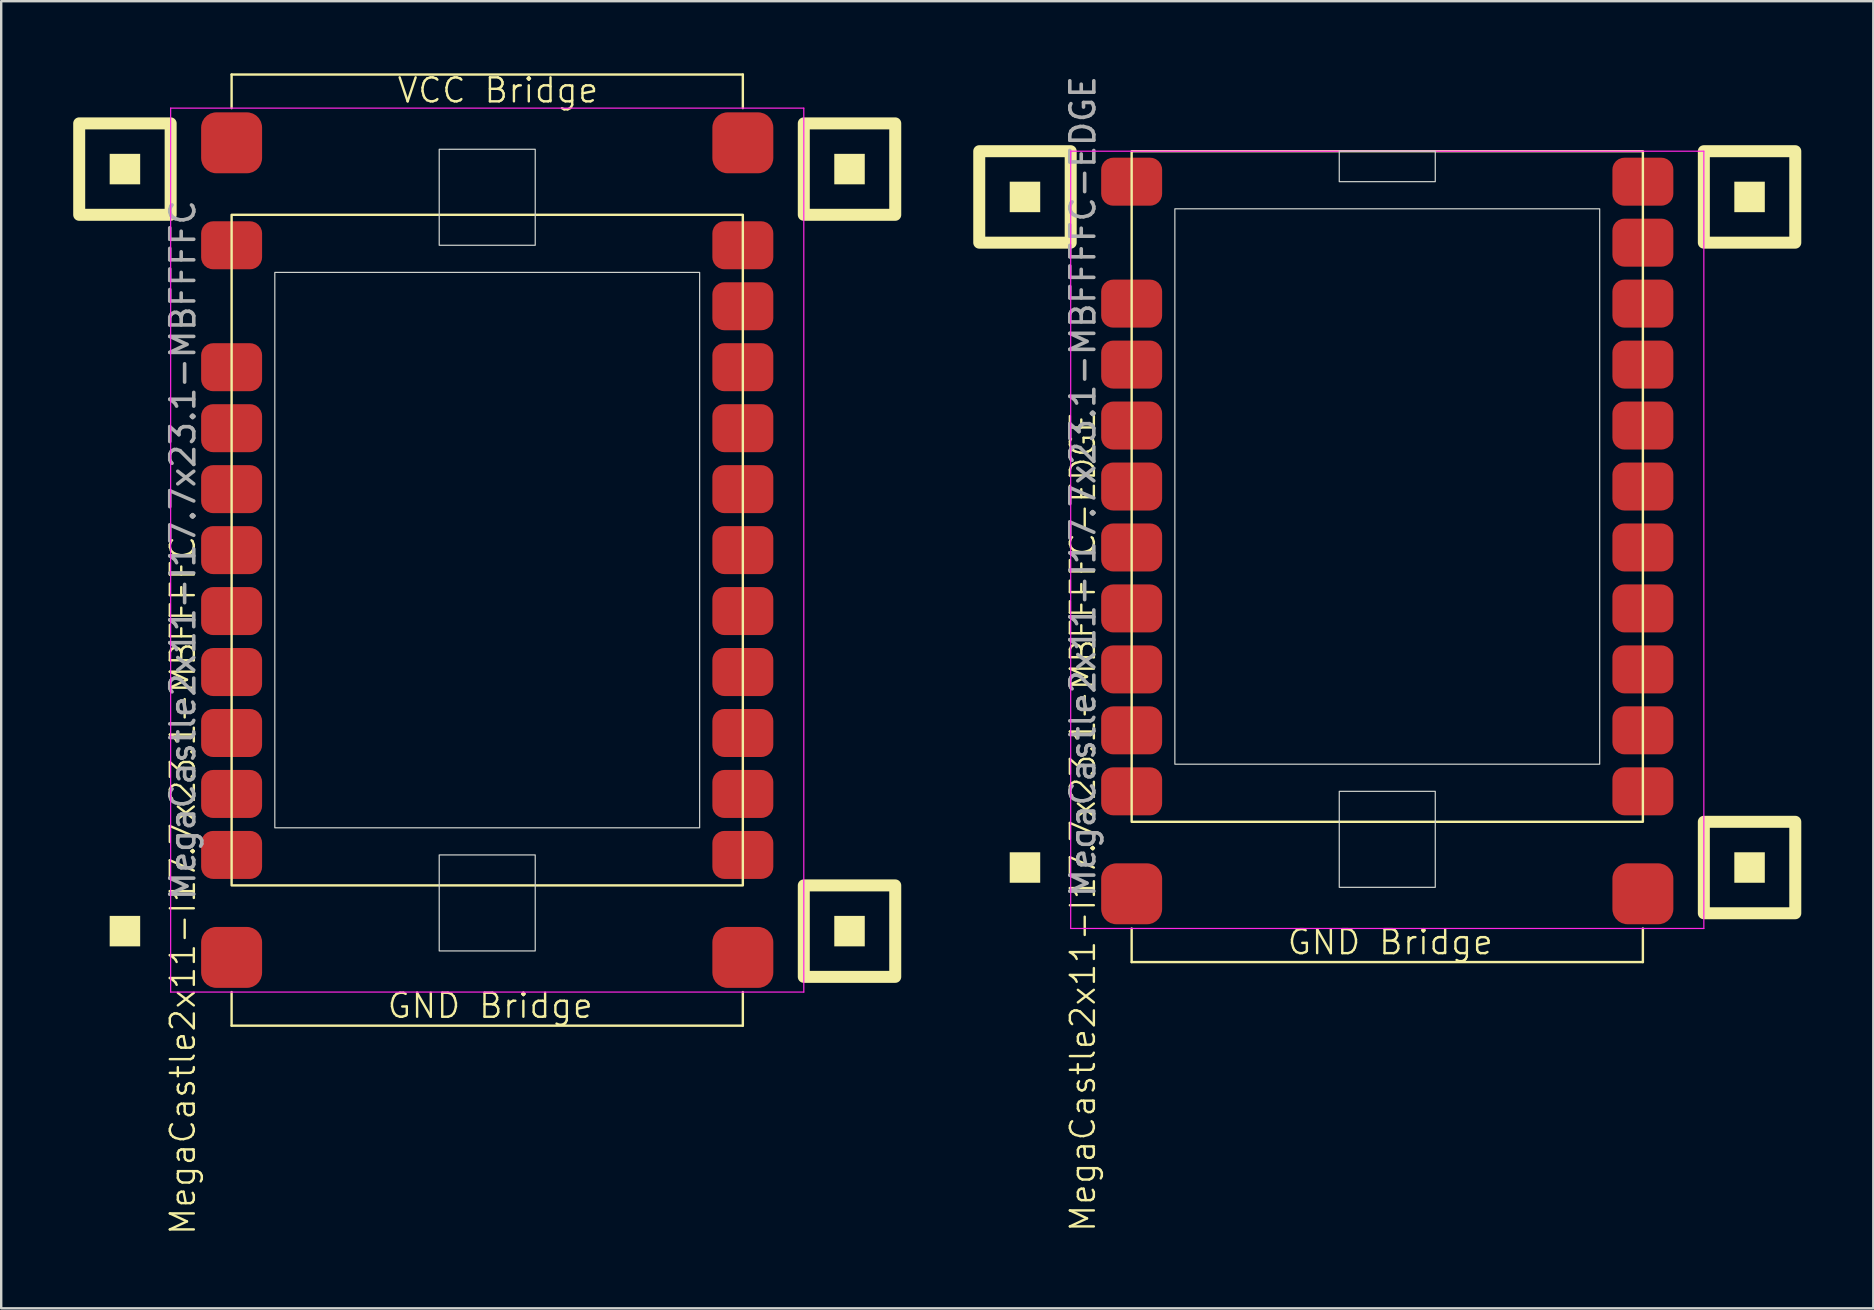
<source format=kicad_pcb>
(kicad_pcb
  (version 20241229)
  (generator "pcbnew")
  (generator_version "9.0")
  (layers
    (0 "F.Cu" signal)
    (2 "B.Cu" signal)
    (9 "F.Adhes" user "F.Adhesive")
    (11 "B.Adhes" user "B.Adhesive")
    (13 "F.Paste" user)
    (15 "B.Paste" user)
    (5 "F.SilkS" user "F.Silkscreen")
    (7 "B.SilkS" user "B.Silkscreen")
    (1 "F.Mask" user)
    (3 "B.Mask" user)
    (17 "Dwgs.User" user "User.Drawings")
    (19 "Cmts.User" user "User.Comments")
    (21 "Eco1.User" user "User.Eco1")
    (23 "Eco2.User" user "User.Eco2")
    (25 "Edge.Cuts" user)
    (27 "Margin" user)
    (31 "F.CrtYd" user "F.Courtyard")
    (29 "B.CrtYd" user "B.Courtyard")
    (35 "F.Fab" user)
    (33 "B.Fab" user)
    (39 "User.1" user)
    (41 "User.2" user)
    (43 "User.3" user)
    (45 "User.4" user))
  (footprint "MegaCastle2x11-I17.7x23.1-MBFFFFC-EDGE"
    (layer "F.Cu")
    (at 54.75 17.22)
    (property "Reference" "MegaCastle2x11-I17.7x23.1-MBFFFFC-EDGE" (at -12.682 13.97 90) (unlocked yes) (layer "F.SilkS") (effects (font (size 1 1) (thickness 0.1))))
    (attr smd)
    (fp_line (start -10.65 18.415) (end -10.65 19.815) (stroke (width 0.1) (type default)) (layer "F.SilkS"))
    (fp_line (start -10.65 19.815) (end 10.65 19.815) (stroke (width 0.1) (type default)) (layer "F.SilkS"))
    (fp_line (start 10.65 18.415) (end 10.65 19.815) (stroke (width 0.1) (type default)) (layer "F.SilkS"))
    (fp_rect (start -14.46 -11.43) (end -15.73 -12.7) (stroke (width 0) (type solid)) (fill yes) (layer "F.SilkS"))
    (fp_rect (start -14.46 16.51) (end -15.73 15.24) (stroke (width 0) (type solid)) (fill yes) (layer "F.SilkS"))
    (fp_rect (start -13.19 -10.16) (end -17 -13.97) (stroke (width 0.5) (type default)) (fill no) (layer "F.SilkS"))
    (fp_rect (start -10.65 -13.97) (end 10.65 13.97) (stroke (width 0.1) (type default)) (fill no) (layer "F.SilkS"))
    (fp_rect (start 15.73 -11.43) (end 14.46 -12.7) (stroke (width 0) (type solid)) (fill yes) (layer "F.SilkS"))
    (fp_rect (start 15.73 16.51) (end 14.46 15.24) (stroke (width 0) (type solid)) (fill yes) (layer "F.SilkS"))
    (fp_rect (start 17 -10.16) (end 13.19 -13.97) (stroke (width 0.5) (type default)) (fill no) (layer "F.SilkS"))
    (fp_rect (start 17 17.78) (end 13.19 13.97) (stroke (width 0.5) (type default)) (fill no) (layer "F.SilkS"))
    (fp_rect (start -8.85 -11.57) (end 8.85 11.57) (stroke (width 0.05) (type default)) (fill no) (layer "Edge.Cuts"))
    (fp_rect (start -2 -12.7) (end 2 -13.97) (stroke (width 0.05) (type default)) (fill no) (layer "Edge.Cuts"))
    (fp_rect (start -2 12.7) (end 2 16.7) (stroke (width 0.05) (type default)) (fill no) (layer "Edge.Cuts"))
    (fp_line (start -13.19 -13.97) (end -13.19 18.415) (stroke (width 0.05) (type default)) (layer "F.CrtYd"))
    (fp_line (start -13.19 18.415) (end 13.19 18.415) (stroke (width 0.05) (type default)) (layer "F.CrtYd"))
    (fp_line (start 13.19 -13.97) (end -13.19 -13.97) (stroke (width 0.05) (type default)) (layer "F.CrtYd"))
    (fp_line (start 13.19 -13.97) (end 13.19 18.415) (stroke (width 0.05) (type default)) (layer "F.CrtYd"))
    (fp_text user "GND Bridge" (at -4.226 19.57 0) (unlocked yes) (layer "F.SilkS") (effects (font (size 1 1) (thickness 0.1)) (justify left bottom)))
    (fp_text user "${REFERENCE}" (at -12.682 0 90) (unlocked yes) (layer "F.Fab") (effects (font (size 1 1) (thickness 0.15))))
    (pad "1" smd roundrect (at -10.65 -12.7) (size 2.54 2) (layers "F.Cu" "F.Mask" "F.Paste") (roundrect_rratio 0.25))
    (pad "3" smd roundrect (at -10.65 -7.62) (size 2.54 2) (layers "F.Cu" "F.Mask" "F.Paste") (roundrect_rratio 0.25))
    (pad "4" smd roundrect (at -10.65 -5.08) (size 2.54 2) (layers "F.Cu" "F.Mask" "F.Paste") (roundrect_rratio 0.25))
    (pad "5" smd roundrect (at -10.65 -2.54) (size 2.54 2) (layers "F.Cu" "F.Mask" "F.Paste") (roundrect_rratio 0.25))
    (pad "6" smd roundrect (at -10.65 0) (size 2.54 2) (layers "F.Cu" "F.Mask" "F.Paste") (roundrect_rratio 0.25))
    (pad "7" smd roundrect (at -10.65 2.54) (size 2.54 2) (layers "F.Cu" "F.Mask" "F.Paste") (roundrect_rratio 0.25))
    (pad "8" smd roundrect (at -10.65 5.08) (size 2.54 2) (layers "F.Cu" "F.Mask" "F.Paste") (roundrect_rratio 0.25))
    (pad "9" smd roundrect (at -10.65 7.62) (size 2.54 2) (layers "F.Cu" "F.Mask" "F.Paste") (roundrect_rratio 0.25))
    (pad "10" smd roundrect (at -10.65 10.16) (size 2.54 2) (layers "F.Cu" "F.Mask" "F.Paste") (roundrect_rratio 0.25))
    (pad "11" smd roundrect (at -10.65 12.7) (size 2.54 2) (layers "F.Cu" "F.Mask" "F.Paste") (roundrect_rratio 0.25))
    (pad "12" smd roundrect (at 10.65 -12.7) (size 2.54 2) (layers "F.Cu" "F.Mask" "F.Paste") (roundrect_rratio 0.25))
    (pad "13" smd roundrect (at 10.65 -10.16) (size 2.54 2) (layers "F.Cu" "F.Mask" "F.Paste") (roundrect_rratio 0.25))
    (pad "14" smd roundrect (at 10.65 -7.62) (size 2.54 2) (layers "F.Cu" "F.Mask" "F.Paste") (roundrect_rratio 0.25))
    (pad "15" smd roundrect (at 10.65 -5.08) (size 2.54 2) (layers "F.Cu" "F.Mask" "F.Paste") (roundrect_rratio 0.25))
    (pad "16" smd roundrect (at 10.65 -2.54) (size 2.54 2) (layers "F.Cu" "F.Mask" "F.Paste") (roundrect_rratio 0.25))
    (pad "17" smd roundrect (at 10.65 0) (size 2.54 2) (layers "F.Cu" "F.Mask" "F.Paste") (roundrect_rratio 0.25))
    (pad "18" smd roundrect (at 10.65 2.54) (size 2.54 2) (layers "F.Cu" "F.Mask" "F.Paste") (roundrect_rratio 0.25))
    (pad "19" smd roundrect (at 10.65 5.08) (size 2.54 2) (layers "F.Cu" "F.Mask" "F.Paste") (roundrect_rratio 0.25))
    (pad "20" smd roundrect (at 10.65 7.62) (size 2.54 2) (layers "F.Cu" "F.Mask" "F.Paste") (roundrect_rratio 0.25))
    (pad "21" smd roundrect (at 10.65 10.16) (size 2.54 2) (layers "F.Cu" "F.Mask" "F.Paste") (roundrect_rratio 0.25))
    (pad "22" smd roundrect (at 10.65 12.7) (size 2.54 2) (layers "F.Cu" "F.Mask" "F.Paste") (roundrect_rratio 0.25))
    (pad "B1" smd roundrect (at -10.65 16.97) (size 2.54 2.54) (layers "F.Cu" "F.Mask" "F.Paste") (roundrect_rratio 0.25))
    (pad "B2" smd roundrect (at 10.65 16.97) (size 2.54 2.54) (layers "F.Cu" "F.Mask" "F.Paste") (roundrect_rratio 0.25)))
  (footprint "MegaCastle2x11-I17.7x23.1-MBFFFFC"
    (layer "F.Cu")
    (at 17.25 19.87)
    (property "Reference" "MegaCastle2x11-I17.7x23.1-MBFFFFC" (at -12.682 13.97 90) (unlocked yes) (layer "F.SilkS") (effects (font (size 1 1) (thickness 0.1))))
    (attr smd)
    (fp_line (start -10.65 -19.815) (end 10.65 -19.815) (stroke (width 0.1) (type default)) (layer "F.SilkS"))
    (fp_line (start -10.65 -18.415) (end -10.65 -19.815) (stroke (width 0.1) (type default)) (layer "F.SilkS"))
    (fp_line (start -10.65 18.415) (end -10.65 19.815) (stroke (width 0.1) (type default)) (layer "F.SilkS"))
    (fp_line (start -10.65 19.815) (end 10.65 19.815) (stroke (width 0.1) (type default)) (layer "F.SilkS"))
    (fp_line (start 10.65 -18.415) (end 10.65 -19.815) (stroke (width 0.1) (type default)) (layer "F.SilkS"))
    (fp_line (start 10.65 18.415) (end 10.65 19.815) (stroke (width 0.1) (type default)) (layer "F.SilkS"))
    (fp_rect (start -14.46 -15.24) (end -15.73 -16.51) (stroke (width 0) (type solid)) (fill yes) (layer "F.SilkS"))
    (fp_rect (start -14.46 16.51) (end -15.73 15.24) (stroke (width 0) (type solid)) (fill yes) (layer "F.SilkS"))
    (fp_rect (start -13.19 -13.97) (end -17 -17.78) (stroke (width 0.5) (type default)) (fill no) (layer "F.SilkS"))
    (fp_rect (start -10.65 -13.97) (end 10.65 13.97) (stroke (width 0.1) (type default)) (fill no) (layer "F.SilkS"))
    (fp_rect (start 15.73 -15.24) (end 14.46 -16.51) (stroke (width 0) (type solid)) (fill yes) (layer "F.SilkS"))
    (fp_rect (start 15.73 16.51) (end 14.46 15.24) (stroke (width 0) (type solid)) (fill yes) (layer "F.SilkS"))
    (fp_rect (start 17 -13.97) (end 13.19 -17.78) (stroke (width 0.5) (type default)) (fill no) (layer "F.SilkS"))
    (fp_rect (start 17 17.78) (end 13.19 13.97) (stroke (width 0.5) (type default)) (fill no) (layer "F.SilkS"))
    (fp_rect (start -8.85 -11.57) (end 8.85 11.57) (stroke (width 0.05) (type default)) (fill no) (layer "Edge.Cuts"))
    (fp_rect (start -2 -12.7) (end 2 -16.7) (stroke (width 0.05) (type default)) (fill no) (layer "Edge.Cuts"))
    (fp_rect (start -2 12.7) (end 2 16.7) (stroke (width 0.05) (type default)) (fill no) (layer "Edge.Cuts"))
    (fp_line (start -13.19 -18.415) (end -13.19 18.415) (stroke (width 0.05) (type default)) (layer "F.CrtYd"))
    (fp_line (start -13.19 18.415) (end 13.19 18.415) (stroke (width 0.05) (type default)) (layer "F.CrtYd"))
    (fp_line (start 13.19 -18.415) (end -13.19 -18.415) (stroke (width 0.05) (type default)) (layer "F.CrtYd"))
    (fp_line (start 13.19 -18.415) (end 13.19 18.415) (stroke (width 0.05) (type default)) (layer "F.CrtYd"))
    (fp_text user "GND Bridge" (at -4.226 19.57 0) (unlocked yes) (layer "F.SilkS") (effects (font (size 1 1) (thickness 0.1)) (justify left bottom)))
    (fp_text user "VCC Bridge" (at -3.81 -18.57 0) (unlocked yes) (layer "F.SilkS") (effects (font (size 1 1) (thickness 0.1)) (justify left bottom)))
    (fp_text user "${REFERENCE}" (at -12.682 0 90) (unlocked yes) (layer "F.Fab") (effects (font (size 1 1) (thickness 0.15))))
    (pad "1" smd roundrect (at -10.65 -12.7) (size 2.54 2) (layers "F.Cu" "F.Mask" "F.Paste") (roundrect_rratio 0.25))
    (pad "3" smd roundrect (at -10.65 -7.62) (size 2.54 2) (layers "F.Cu" "F.Mask" "F.Paste") (roundrect_rratio 0.25))
    (pad "4" smd roundrect (at -10.65 -5.08) (size 2.54 2) (layers "F.Cu" "F.Mask" "F.Paste") (roundrect_rratio 0.25))
    (pad "5" smd roundrect (at -10.65 -2.54) (size 2.54 2) (layers "F.Cu" "F.Mask" "F.Paste") (roundrect_rratio 0.25))
    (pad "6" smd roundrect (at -10.65 0) (size 2.54 2) (layers "F.Cu" "F.Mask" "F.Paste") (roundrect_rratio 0.25))
    (pad "7" smd roundrect (at -10.65 2.54) (size 2.54 2) (layers "F.Cu" "F.Mask" "F.Paste") (roundrect_rratio 0.25))
    (pad "8" smd roundrect (at -10.65 5.08) (size 2.54 2) (layers "F.Cu" "F.Mask" "F.Paste") (roundrect_rratio 0.25))
    (pad "9" smd roundrect (at -10.65 7.62) (size 2.54 2) (layers "F.Cu" "F.Mask" "F.Paste") (roundrect_rratio 0.25))
    (pad "10" smd roundrect (at -10.65 10.16) (size 2.54 2) (layers "F.Cu" "F.Mask" "F.Paste") (roundrect_rratio 0.25))
    (pad "11" smd roundrect (at -10.65 12.7) (size 2.54 2) (layers "F.Cu" "F.Mask" "F.Paste") (roundrect_rratio 0.25))
    (pad "12" smd roundrect (at 10.65 -12.7) (size 2.54 2) (layers "F.Cu" "F.Mask" "F.Paste") (roundrect_rratio 0.25))
    (pad "13" smd roundrect (at 10.65 -10.16) (size 2.54 2) (layers "F.Cu" "F.Mask" "F.Paste") (roundrect_rratio 0.25))
    (pad "14" smd roundrect (at 10.65 -7.62) (size 2.54 2) (layers "F.Cu" "F.Mask" "F.Paste") (roundrect_rratio 0.25))
    (pad "15" smd roundrect (at 10.65 -5.08) (size 2.54 2) (layers "F.Cu" "F.Mask" "F.Paste") (roundrect_rratio 0.25))
    (pad "16" smd roundrect (at 10.65 -2.54) (size 2.54 2) (layers "F.Cu" "F.Mask" "F.Paste") (roundrect_rratio 0.25))
    (pad "17" smd roundrect (at 10.65 0) (size 2.54 2) (layers "F.Cu" "F.Mask" "F.Paste") (roundrect_rratio 0.25))
    (pad "18" smd roundrect (at 10.65 2.54) (size 2.54 2) (layers "F.Cu" "F.Mask" "F.Paste") (roundrect_rratio 0.25))
    (pad "19" smd roundrect (at 10.65 5.08) (size 2.54 2) (layers "F.Cu" "F.Mask" "F.Paste") (roundrect_rratio 0.25))
    (pad "20" smd roundrect (at 10.65 7.62) (size 2.54 2) (layers "F.Cu" "F.Mask" "F.Paste") (roundrect_rratio 0.25))
    (pad "21" smd roundrect (at 10.65 10.16) (size 2.54 2) (layers "F.Cu" "F.Mask" "F.Paste") (roundrect_rratio 0.25))
    (pad "22" smd roundrect (at 10.65 12.7) (size 2.54 2) (layers "F.Cu" "F.Mask" "F.Paste") (roundrect_rratio 0.25))
    (pad "A1" smd roundrect (at -10.65 -16.97) (size 2.54 2.54) (layers "F.Cu" "F.Mask" "F.Paste") (roundrect_rratio 0.25))
    (pad "A2" smd roundrect (at 10.65 -16.97) (size 2.54 2.54) (layers "F.Cu" "F.Mask" "F.Paste") (roundrect_rratio 0.25))
    (pad "B1" smd roundrect (at -10.65 16.97) (size 2.54 2.54) (layers "F.Cu" "F.Mask" "F.Paste") (roundrect_rratio 0.25))
    (pad "B2" smd roundrect (at 10.65 16.97) (size 2.54 2.54) (layers "F.Cu" "F.Mask" "F.Paste") (roundrect_rratio 0.25)))
  (gr_rect
    (start -3 -3)
    (end 75 51.461)
    (stroke (width 0.1) (type default))
    (fill no)
    (layer "Edge.Cuts")))
</source>
